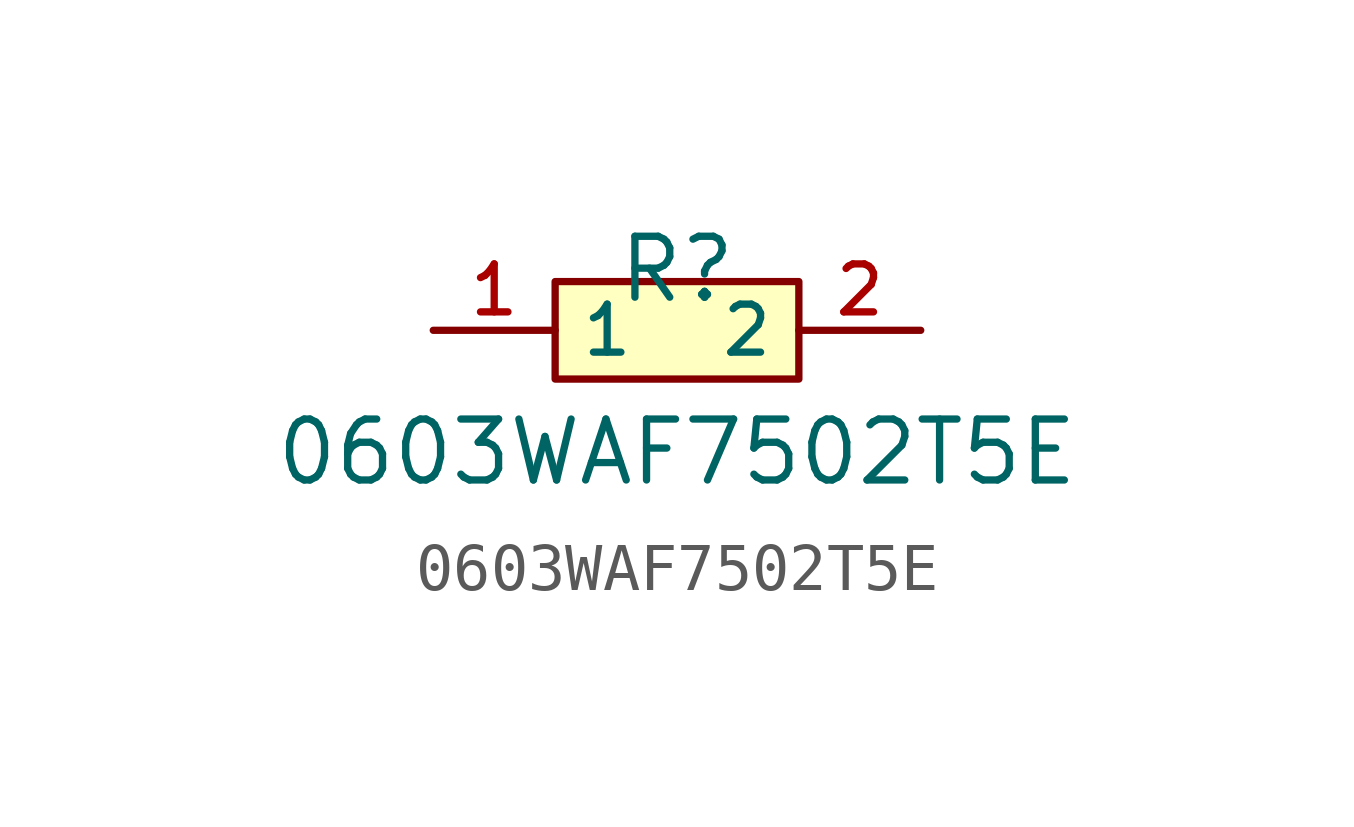
<source format=kicad_sym>
(kicad_symbol_lib
  (version 20210201)
  (generator TousstNicolas/JLC2KiCad_lib)
  (symbol "0603WAF7502T5E"
    (property "Reference" "R"
      (at 0 1.27 0)
      (effects (font (size 1.27 1.27))))
    (property "Value" "0603WAF7502T5E"
      (at 0 -2.54 0)
      (effects (font (size 1.27 1.27))))
    (symbol "0603WAF7502T5E_0_1"
      (pin input line (at 5.08 -0.0 180) (length 2.54) (name "2" (effects (font (size 1 1)))) (number "2" (effects (font (size 1 1)))))
      (pin input line (at -5.08 -0.0 0) (length 2.54) (name "1" (effects (font (size 1 1)))) (number "1" (effects (font (size 1 1)))))
      (rectangle (start -2.54 1.016) (end 2.54 -1.016) (stroke (width 0) (type default) (color 0 0 0 0)) (fill (type background))))))
</source>
